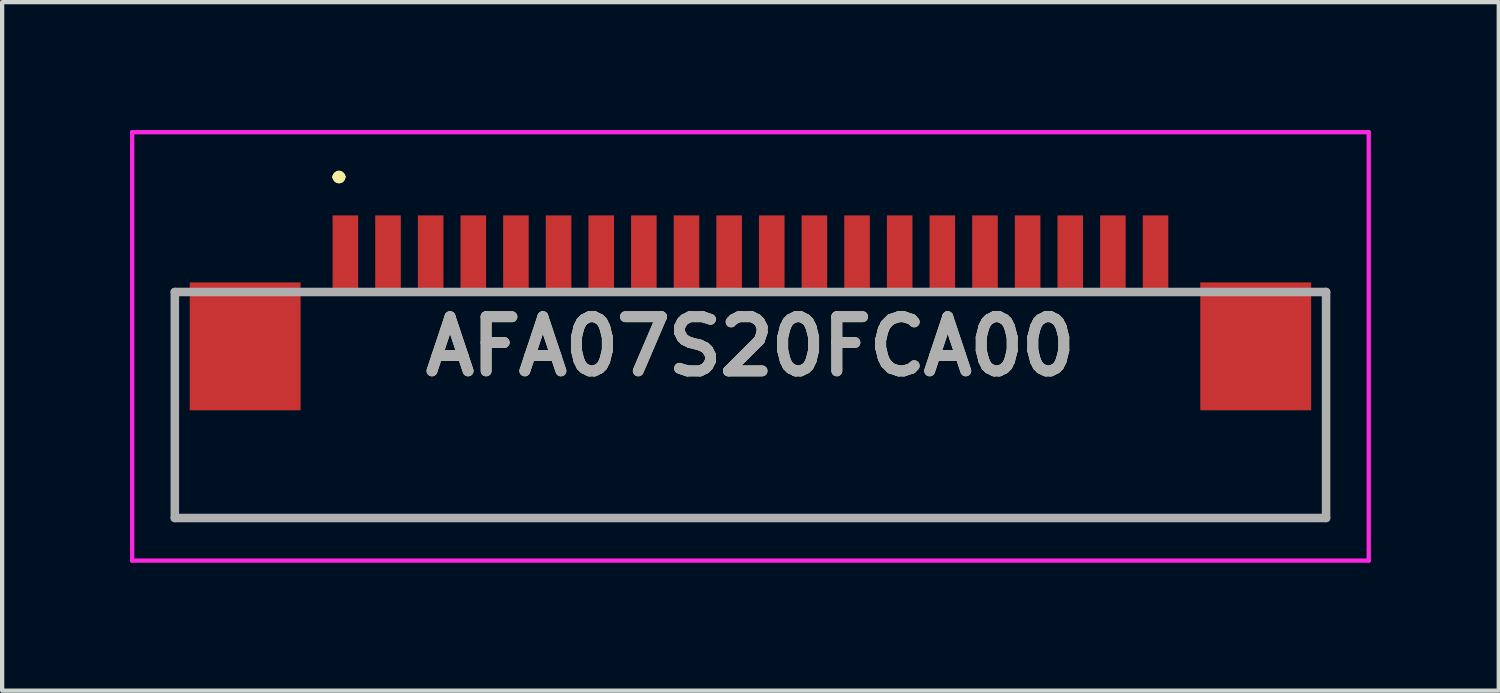
<source format=kicad_pcb>
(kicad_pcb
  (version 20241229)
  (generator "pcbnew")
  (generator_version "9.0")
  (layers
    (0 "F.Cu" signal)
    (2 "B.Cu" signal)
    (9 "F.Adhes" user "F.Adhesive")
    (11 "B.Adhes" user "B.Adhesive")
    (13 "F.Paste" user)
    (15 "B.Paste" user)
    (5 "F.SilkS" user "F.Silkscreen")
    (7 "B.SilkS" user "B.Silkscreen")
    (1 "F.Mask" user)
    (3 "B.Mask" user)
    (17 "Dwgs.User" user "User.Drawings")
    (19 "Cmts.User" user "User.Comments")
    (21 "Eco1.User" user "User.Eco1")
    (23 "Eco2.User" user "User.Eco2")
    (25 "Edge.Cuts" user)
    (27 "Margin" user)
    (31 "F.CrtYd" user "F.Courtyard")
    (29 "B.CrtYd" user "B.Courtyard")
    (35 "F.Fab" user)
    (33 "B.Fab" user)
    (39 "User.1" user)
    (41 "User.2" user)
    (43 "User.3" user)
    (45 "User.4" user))
  (footprint "AFA07S20FCA00"
    (layer "F.Cu")
    (at 14.55 6.448)
    (property "Reference" "AFA07S20FCA00" (at 0 -1.374 0) (layer "F.SilkS") (effects (font (size 1.27 1.27) (thickness 0.254))))
    (attr smd)
    (fp_line (start -13.5 0.802) (end -13.5 0.802) (stroke (width 0.1) (type solid)) (layer "F.SilkS"))
    (fp_line (start -13.5 0.802) (end -13.5 2.65) (stroke (width 0.1) (type solid)) (layer "F.SilkS"))
    (fp_line (start -13.5 2.65) (end -13.5 0.802) (stroke (width 0.1) (type solid)) (layer "F.SilkS"))
    (fp_line (start -13.5 2.65) (end -13.5 2.65) (stroke (width 0.1) (type solid)) (layer "F.SilkS"))
    (fp_line (start -13.5 2.65) (end -13.5 2.65) (stroke (width 0.1) (type solid)) (layer "F.SilkS"))
    (fp_line (start -13.5 2.65) (end 13.5 2.65) (stroke (width 0.1) (type solid)) (layer "F.SilkS"))
    (fp_line (start -9.7 -5.348) (end -9.7 -5.348) (stroke (width 0.2) (type solid)) (layer "F.SilkS"))
    (fp_line (start -9.7 -5.348) (end -9.7 -5.348) (stroke (width 0.2) (type solid)) (layer "F.SilkS"))
    (fp_line (start -9.6 -5.348) (end -9.6 -5.348) (stroke (width 0.2) (type solid)) (layer "F.SilkS"))
    (fp_line (start 13.5 0.802) (end 13.5 0.802) (stroke (width 0.1) (type solid)) (layer "F.SilkS"))
    (fp_line (start 13.5 0.802) (end 13.5 2.65) (stroke (width 0.1) (type solid)) (layer "F.SilkS"))
    (fp_line (start 13.5 2.65) (end -13.5 2.65) (stroke (width 0.1) (type solid)) (layer "F.SilkS"))
    (fp_line (start 13.5 2.65) (end 13.5 0.802) (stroke (width 0.1) (type solid)) (layer "F.SilkS"))
    (fp_line (start 13.5 2.65) (end 13.5 2.65) (stroke (width 0.1) (type solid)) (layer "F.SilkS"))
    (fp_line (start 13.5 2.65) (end 13.5 2.65) (stroke (width 0.1) (type solid)) (layer "F.SilkS"))
    (fp_arc (start -9.7 -5.348) (mid -9.65 -5.398) (end -9.6 -5.348) (stroke (width 0.2) (type solid)) (layer "F.SilkS"))
    (fp_arc (start -9.6 -5.348) (mid -9.65 -5.298) (end -9.7 -5.348) (stroke (width 0.2) (type solid)) (layer "F.SilkS"))
    (fp_arc (start -9.6 -5.348) (mid -9.65 -5.298) (end -9.7 -5.348) (stroke (width 0.2) (type solid)) (layer "F.SilkS"))
    (fp_line (start -14.5 -6.398) (end 14.5 -6.398) (stroke (width 0.1) (type solid)) (layer "F.CrtYd"))
    (fp_line (start -14.5 3.65) (end -14.5 -6.398) (stroke (width 0.1) (type solid)) (layer "F.CrtYd"))
    (fp_line (start 14.5 -6.398) (end 14.5 3.65) (stroke (width 0.1) (type solid)) (layer "F.CrtYd"))
    (fp_line (start 14.5 3.65) (end -14.5 3.65) (stroke (width 0.1) (type solid)) (layer "F.CrtYd"))
    (fp_line (start -13.5 -2.65) (end -13.5 2.65) (stroke (width 0.2) (type solid)) (layer "F.Fab"))
    (fp_line (start -13.5 2.65) (end 13.5 2.65) (stroke (width 0.2) (type solid)) (layer "F.Fab"))
    (fp_line (start 13.5 -2.65) (end -13.5 -2.65) (stroke (width 0.2) (type solid)) (layer "F.Fab"))
    (fp_line (start 13.5 2.65) (end 13.5 -2.65) (stroke (width 0.2) (type solid)) (layer "F.Fab"))
    (fp_text user "${REFERENCE}" (at 0 -1.374 0) (layer "F.Fab") (effects (font (size 1.27 1.27) (thickness 0.254))))
    (pad "1" smd rect (at -9.5 -3.546) (size 0.6 1.8) (layers "F.Cu" "F.Mask" "F.Paste"))
    (pad "2" smd rect (at -8.5 -3.546) (size 0.6 1.8) (layers "F.Cu" "F.Mask" "F.Paste"))
    (pad "3" smd rect (at -7.5 -3.546) (size 0.6 1.8) (layers "F.Cu" "F.Mask" "F.Paste"))
    (pad "4" smd rect (at -6.5 -3.546) (size 0.6 1.8) (layers "F.Cu" "F.Mask" "F.Paste"))
    (pad "5" smd rect (at -5.5 -3.546) (size 0.6 1.8) (layers "F.Cu" "F.Mask" "F.Paste"))
    (pad "6" smd rect (at -4.5 -3.546) (size 0.6 1.8) (layers "F.Cu" "F.Mask" "F.Paste"))
    (pad "7" smd rect (at -3.5 -3.546) (size 0.6 1.8) (layers "F.Cu" "F.Mask" "F.Paste"))
    (pad "8" smd rect (at -2.5 -3.546) (size 0.6 1.8) (layers "F.Cu" "F.Mask" "F.Paste"))
    (pad "9" smd rect (at -1.5 -3.546) (size 0.6 1.8) (layers "F.Cu" "F.Mask" "F.Paste"))
    (pad "10" smd rect (at -0.5 -3.546) (size 0.6 1.8) (layers "F.Cu" "F.Mask" "F.Paste"))
    (pad "11" smd rect (at 0.5 -3.546) (size 0.6 1.8) (layers "F.Cu" "F.Mask" "F.Paste"))
    (pad "12" smd rect (at 1.5 -3.546) (size 0.6 1.8) (layers "F.Cu" "F.Mask" "F.Paste"))
    (pad "13" smd rect (at 2.5 -3.546) (size 0.6 1.8) (layers "F.Cu" "F.Mask" "F.Paste"))
    (pad "14" smd rect (at 3.5 -3.546) (size 0.6 1.8) (layers "F.Cu" "F.Mask" "F.Paste"))
    (pad "15" smd rect (at 4.5 -3.546) (size 0.6 1.8) (layers "F.Cu" "F.Mask" "F.Paste"))
    (pad "16" smd rect (at 5.5 -3.546) (size 0.6 1.8) (layers "F.Cu" "F.Mask" "F.Paste"))
    (pad "17" smd rect (at 6.5 -3.546) (size 0.6 1.8) (layers "F.Cu" "F.Mask" "F.Paste"))
    (pad "18" smd rect (at 7.5 -3.546) (size 0.6 1.8) (layers "F.Cu" "F.Mask" "F.Paste"))
    (pad "19" smd rect (at 8.5 -3.546) (size 0.6 1.8) (layers "F.Cu" "F.Mask" "F.Paste"))
    (pad "20" smd rect (at 9.5 -3.546) (size 0.6 1.8) (layers "F.Cu" "F.Mask" "F.Paste"))
    (pad "MP1" smd rect (at -11.85 -1.375) (size 2.6 3) (layers "F.Cu" "F.Mask" "F.Paste"))
    (pad "MP2" smd rect (at 11.85 -1.375) (size 2.6 3) (layers "F.Cu" "F.Mask" "F.Paste")))
  (gr_rect
    (start -3 -3)
    (end 32.1 13.148)
    (stroke (width 0.1) (type default))
    (fill no)
    (layer "Edge.Cuts")))
</source>
